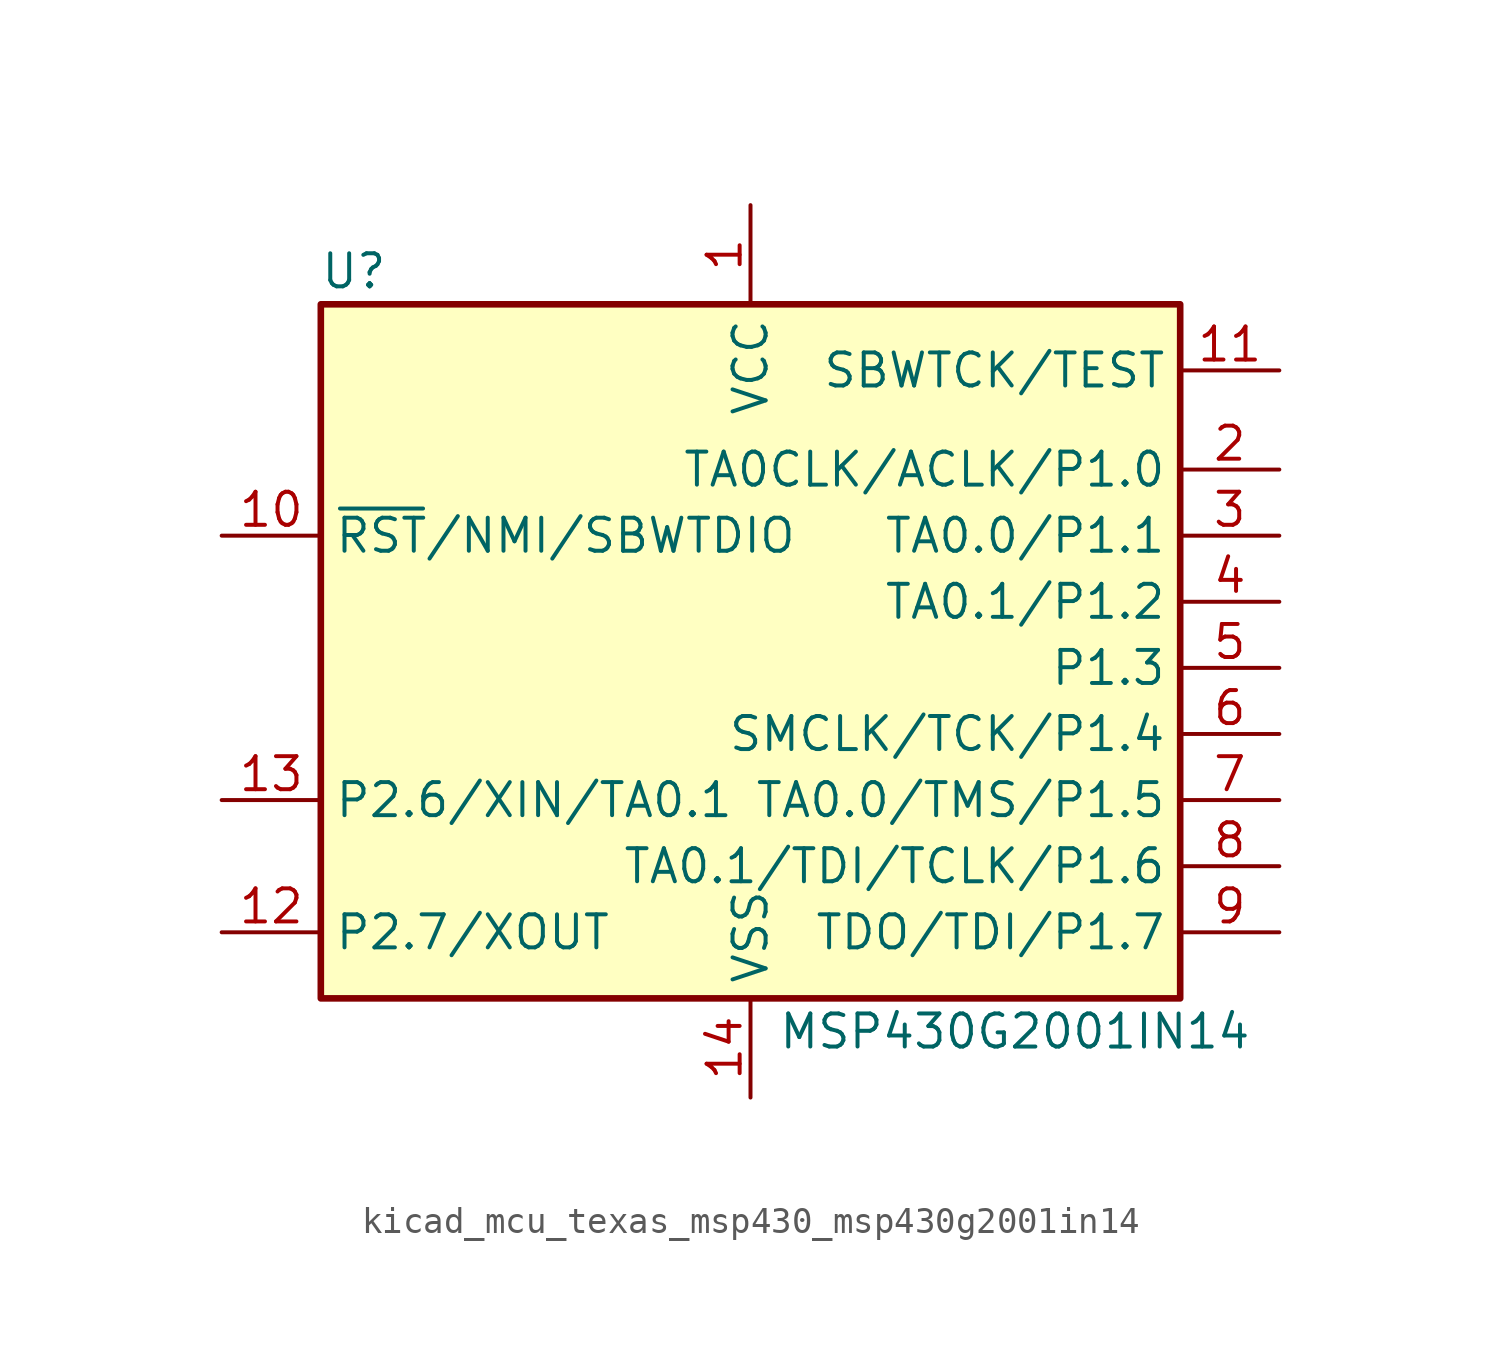
<source format=kicad_sym>
(kicad_symbol_lib
  (version 20220914)
  (generator kicad_symbol_editor)
  (symbol "kicad_mcu_texas_msp430_msp430g2001in14"
    (property "Reference" "U"
      (at -15.24 15.24 0)
      (effects (font (size 1.27 1.27))))
    (property "Value" "MSP430G2001IN14"
      (at 10.16 -13.97 0)
      (effects (font (size 1.27 1.27))))
    (symbol "kicad_mcu_texas_msp430_msp430g2001in14_0_1"
      (rectangle (start -16.51 13.97) (end 16.51 -12.7) (stroke (width 0.254) (type default)) (fill (type background))))
    (symbol "kicad_mcu_texas_msp430_msp430g2001in14_1_1"
      (pin power_in line (at 0 17.78 270) (length 3.81) (name "VCC" (effects (font (size 1.27 1.27)))) (number "1" (effects (font (size 1.27 1.27)))))
      (pin input line (at -20.32 5.08 0) (length 3.81) (name "~{RST}/NMI/SBWTDIO" (effects (font (size 1.27 1.27)))) (number "10" (effects (font (size 1.27 1.27)))))
      (pin input line (at 20.32 11.43 180) (length 3.81) (name "SBWTCK/TEST" (effects (font (size 1.27 1.27)))) (number "11" (effects (font (size 1.27 1.27)))))
      (pin bidirectional line (at -20.32 -10.16 0) (length 3.81) (name "P2.7/XOUT" (effects (font (size 1.27 1.27)))) (number "12" (effects (font (size 1.27 1.27)))))
      (pin bidirectional line (at -20.32 -5.08 0) (length 3.81) (name "P2.6/XIN/TA0.1" (effects (font (size 1.27 1.27)))) (number "13" (effects (font (size 1.27 1.27)))))
      (pin power_in line (at 0 -16.51 90) (length 3.81) (name "VSS" (effects (font (size 1.27 1.27)))) (number "14" (effects (font (size 1.27 1.27)))))
      (pin bidirectional line (at 20.32 7.62 180) (length 3.81) (name "TA0CLK/ACLK/P1.0" (effects (font (size 1.27 1.27)))) (number "2" (effects (font (size 1.27 1.27)))))
      (pin bidirectional line (at 20.32 5.08 180) (length 3.81) (name "TA0.0/P1.1" (effects (font (size 1.27 1.27)))) (number "3" (effects (font (size 1.27 1.27)))))
      (pin bidirectional line (at 20.32 2.54 180) (length 3.81) (name "TA0.1/P1.2" (effects (font (size 1.27 1.27)))) (number "4" (effects (font (size 1.27 1.27)))))
      (pin bidirectional line (at 20.32 0 180) (length 3.81) (name "P1.3" (effects (font (size 1.27 1.27)))) (number "5" (effects (font (size 1.27 1.27)))))
      (pin bidirectional line (at 20.32 -2.54 180) (length 3.81) (name "SMCLK/TCK/P1.4" (effects (font (size 1.27 1.27)))) (number "6" (effects (font (size 1.27 1.27)))))
      (pin bidirectional line (at 20.32 -5.08 180) (length 3.81) (name "TA0.0/TMS/P1.5" (effects (font (size 1.27 1.27)))) (number "7" (effects (font (size 1.27 1.27)))))
      (pin bidirectional line (at 20.32 -7.62 180) (length 3.81) (name "TA0.1/TDI/TCLK/P1.6" (effects (font (size 1.27 1.27)))) (number "8" (effects (font (size 1.27 1.27)))))
      (pin bidirectional line (at 20.32 -10.16 180) (length 3.81) (name "TDO/TDI/P1.7" (effects (font (size 1.27 1.27)))) (number "9" (effects (font (size 1.27 1.27))))))))
</source>
